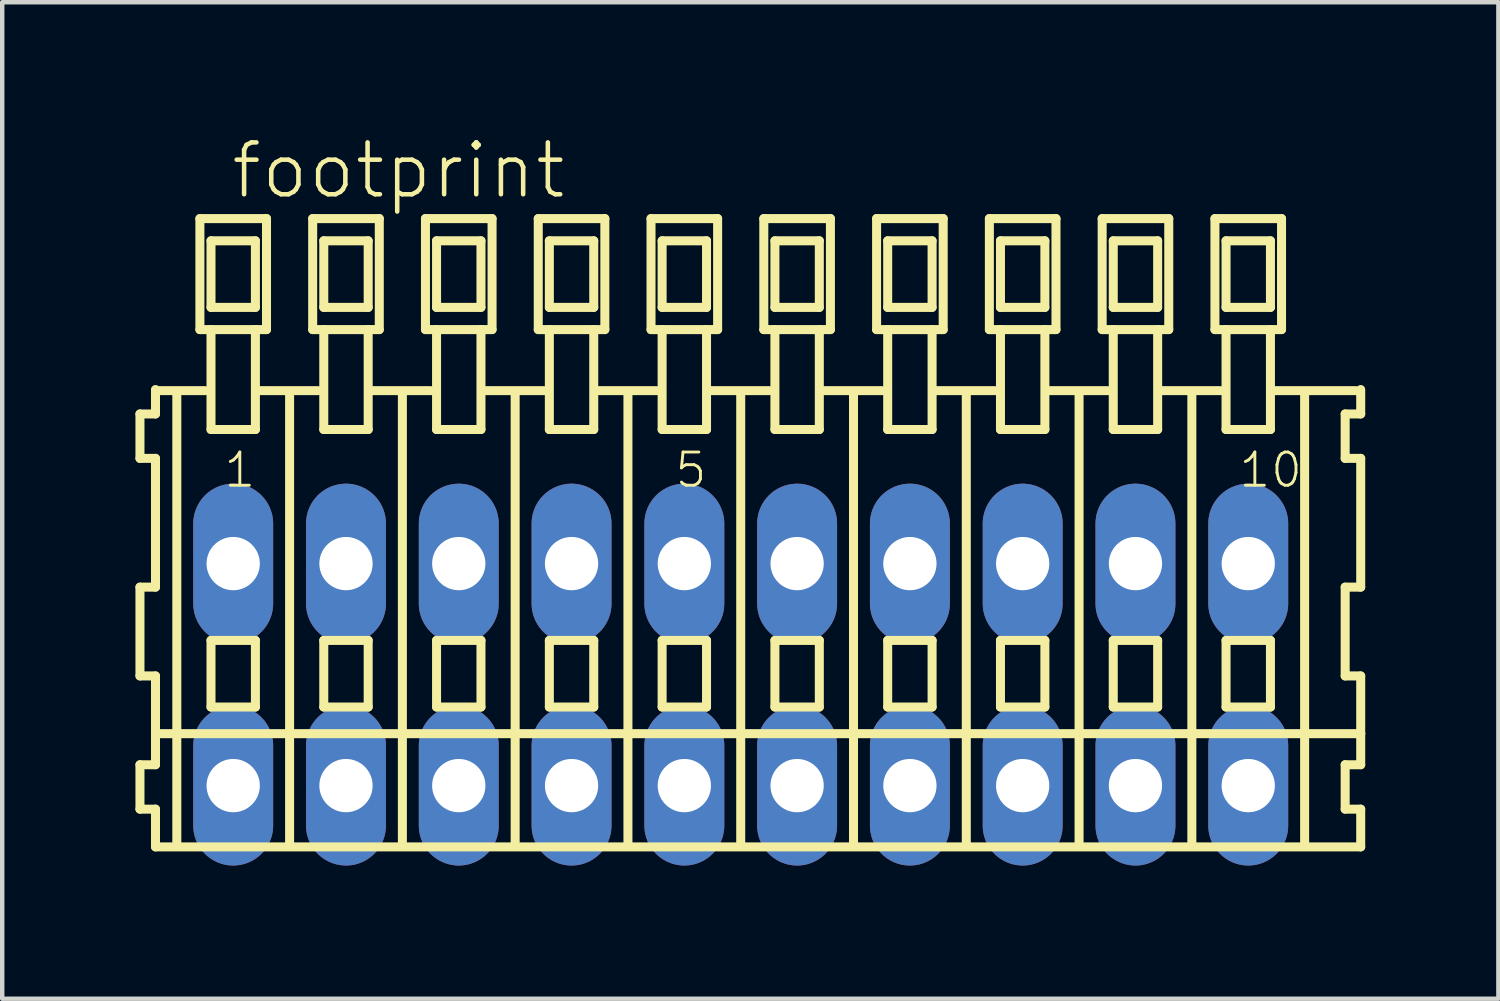
<source format=kicad_pcb>
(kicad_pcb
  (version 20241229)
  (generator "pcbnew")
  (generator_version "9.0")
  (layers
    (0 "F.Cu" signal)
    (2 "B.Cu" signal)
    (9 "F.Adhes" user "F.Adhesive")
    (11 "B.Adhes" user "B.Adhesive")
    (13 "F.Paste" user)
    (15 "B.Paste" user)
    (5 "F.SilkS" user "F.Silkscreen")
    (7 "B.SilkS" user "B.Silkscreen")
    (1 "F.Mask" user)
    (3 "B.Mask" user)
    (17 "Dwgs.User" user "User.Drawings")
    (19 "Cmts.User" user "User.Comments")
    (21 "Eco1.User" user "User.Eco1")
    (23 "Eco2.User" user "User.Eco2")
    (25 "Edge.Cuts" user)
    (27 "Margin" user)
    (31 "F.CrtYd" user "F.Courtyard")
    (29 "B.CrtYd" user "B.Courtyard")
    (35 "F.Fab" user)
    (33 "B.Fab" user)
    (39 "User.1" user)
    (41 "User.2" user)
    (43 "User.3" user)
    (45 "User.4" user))
  (footprint "footprint"
    (layer "F.Cu")
    (at 13.632 12.143)
    (property "Reference" "footprint" (at -11.53 -10.67 0) (layer "F.SilkS") (effects (font (size 1.168 1.168) (thickness 0.102)) (justify left bottom)))
    (fp_line (start -13.53 -5.87) (end -13.53 -4.87) (stroke (width 0.203) (type solid)) (layer "F.SilkS"))
    (fp_line (start -13.53 -4.87) (end -13.18 -4.87) (stroke (width 0.203) (type solid)) (layer "F.SilkS"))
    (fp_line (start -13.53 -1.97) (end -13.53 0.03) (stroke (width 0.203) (type solid)) (layer "F.SilkS"))
    (fp_line (start -13.53 0.03) (end -13.18 0.03) (stroke (width 0.203) (type solid)) (layer "F.SilkS"))
    (fp_line (start -13.53 2.03) (end -13.53 3.03) (stroke (width 0.203) (type solid)) (layer "F.SilkS"))
    (fp_line (start -13.53 3.03) (end -13.18 3.03) (stroke (width 0.203) (type solid)) (layer "F.SilkS"))
    (fp_line (start -13.18 -6.42) (end -13.18 -6.395) (stroke (width 0.203) (type solid)) (layer "F.SilkS"))
    (fp_line (start -13.18 -6.395) (end -13.18 -5.87) (stroke (width 0.203) (type solid)) (layer "F.SilkS"))
    (fp_line (start -13.18 -6.395) (end -12.055 -6.395) (stroke (width 0.203) (type solid)) (layer "F.SilkS"))
    (fp_line (start -13.18 -5.87) (end -13.53 -5.87) (stroke (width 0.203) (type solid)) (layer "F.SilkS"))
    (fp_line (start -13.18 -4.87) (end -13.18 -1.97) (stroke (width 0.203) (type solid)) (layer "F.SilkS"))
    (fp_line (start -13.18 -1.97) (end -13.53 -1.97) (stroke (width 0.203) (type solid)) (layer "F.SilkS"))
    (fp_line (start -13.18 0.03) (end -13.18 1.33) (stroke (width 0.203) (type solid)) (layer "F.SilkS"))
    (fp_line (start -13.18 1.33) (end -13.18 2.03) (stroke (width 0.203) (type solid)) (layer "F.SilkS"))
    (fp_line (start -13.18 1.33) (end 13.963 1.33) (stroke (width 0.203) (type solid)) (layer "F.SilkS"))
    (fp_line (start -13.18 2.03) (end -13.53 2.03) (stroke (width 0.203) (type solid)) (layer "F.SilkS"))
    (fp_line (start -13.18 3.03) (end -13.18 3.88) (stroke (width 0.203) (type solid)) (layer "F.SilkS"))
    (fp_line (start -13.18 3.88) (end 13.963 3.88) (stroke (width 0.203) (type solid)) (layer "F.SilkS"))
    (fp_line (start -12.7 3.83) (end -12.7 -6.33) (stroke (width 0.203) (type solid)) (layer "F.SilkS"))
    (fp_line (start -12.18 -10.27) (end -12.18 -7.77) (stroke (width 0.203) (type solid)) (layer "F.SilkS"))
    (fp_line (start -12.18 -7.77) (end -11.93 -7.77) (stroke (width 0.203) (type solid)) (layer "F.SilkS"))
    (fp_line (start -11.93 -9.77) (end -11.93 -8.27) (stroke (width 0.203) (type solid)) (layer "F.SilkS"))
    (fp_line (start -11.93 -8.27) (end -10.93 -8.27) (stroke (width 0.203) (type solid)) (layer "F.SilkS"))
    (fp_line (start -11.93 -7.77) (end -11.93 -5.52) (stroke (width 0.203) (type solid)) (layer "F.SilkS"))
    (fp_line (start -11.93 -7.77) (end -10.93 -7.77) (stroke (width 0.203) (type solid)) (layer "F.SilkS"))
    (fp_line (start -11.93 -5.52) (end -10.93 -5.52) (stroke (width 0.203) (type solid)) (layer "F.SilkS"))
    (fp_line (start -11.93 -0.77) (end -11.93 0.73) (stroke (width 0.203) (type solid)) (layer "F.SilkS"))
    (fp_line (start -11.93 0.73) (end -10.93 0.73) (stroke (width 0.203) (type solid)) (layer "F.SilkS"))
    (fp_line (start -10.93 -9.77) (end -11.93 -9.77) (stroke (width 0.203) (type solid)) (layer "F.SilkS"))
    (fp_line (start -10.93 -8.27) (end -10.93 -9.77) (stroke (width 0.203) (type solid)) (layer "F.SilkS"))
    (fp_line (start -10.93 -7.77) (end -10.68 -7.77) (stroke (width 0.203) (type solid)) (layer "F.SilkS"))
    (fp_line (start -10.93 -5.52) (end -10.93 -7.77) (stroke (width 0.203) (type solid)) (layer "F.SilkS"))
    (fp_line (start -10.93 -0.77) (end -11.93 -0.77) (stroke (width 0.203) (type solid)) (layer "F.SilkS"))
    (fp_line (start -10.93 0.73) (end -10.93 -0.77) (stroke (width 0.203) (type solid)) (layer "F.SilkS"))
    (fp_line (start -10.894 -6.395) (end -9.515 -6.395) (stroke (width 0.203) (type solid)) (layer "F.SilkS"))
    (fp_line (start -10.68 -10.27) (end -12.18 -10.27) (stroke (width 0.203) (type solid)) (layer "F.SilkS"))
    (fp_line (start -10.68 -7.77) (end -10.68 -10.27) (stroke (width 0.203) (type solid)) (layer "F.SilkS"))
    (fp_line (start -10.16 3.83) (end -10.16 -6.33) (stroke (width 0.203) (type solid)) (layer "F.SilkS"))
    (fp_line (start -9.64 -10.27) (end -9.64 -7.77) (stroke (width 0.203) (type solid)) (layer "F.SilkS"))
    (fp_line (start -9.64 -7.77) (end -9.39 -7.77) (stroke (width 0.203) (type solid)) (layer "F.SilkS"))
    (fp_line (start -9.39 -9.77) (end -9.39 -8.27) (stroke (width 0.203) (type solid)) (layer "F.SilkS"))
    (fp_line (start -9.39 -8.27) (end -8.39 -8.27) (stroke (width 0.203) (type solid)) (layer "F.SilkS"))
    (fp_line (start -9.39 -7.77) (end -9.39 -5.52) (stroke (width 0.203) (type solid)) (layer "F.SilkS"))
    (fp_line (start -9.39 -7.77) (end -8.39 -7.77) (stroke (width 0.203) (type solid)) (layer "F.SilkS"))
    (fp_line (start -9.39 -5.52) (end -8.39 -5.52) (stroke (width 0.203) (type solid)) (layer "F.SilkS"))
    (fp_line (start -9.39 -0.77) (end -9.39 0.73) (stroke (width 0.203) (type solid)) (layer "F.SilkS"))
    (fp_line (start -9.39 0.73) (end -8.39 0.73) (stroke (width 0.203) (type solid)) (layer "F.SilkS"))
    (fp_line (start -8.39 -9.77) (end -9.39 -9.77) (stroke (width 0.203) (type solid)) (layer "F.SilkS"))
    (fp_line (start -8.39 -8.27) (end -8.39 -9.77) (stroke (width 0.203) (type solid)) (layer "F.SilkS"))
    (fp_line (start -8.39 -7.77) (end -8.14 -7.77) (stroke (width 0.203) (type solid)) (layer "F.SilkS"))
    (fp_line (start -8.39 -5.52) (end -8.39 -7.77) (stroke (width 0.203) (type solid)) (layer "F.SilkS"))
    (fp_line (start -8.39 -0.77) (end -9.39 -0.77) (stroke (width 0.203) (type solid)) (layer "F.SilkS"))
    (fp_line (start -8.39 0.73) (end -8.39 -0.77) (stroke (width 0.203) (type solid)) (layer "F.SilkS"))
    (fp_line (start -8.354 -6.395) (end -6.975 -6.395) (stroke (width 0.203) (type solid)) (layer "F.SilkS"))
    (fp_line (start -8.14 -10.27) (end -9.64 -10.27) (stroke (width 0.203) (type solid)) (layer "F.SilkS"))
    (fp_line (start -8.14 -7.77) (end -8.14 -10.27) (stroke (width 0.203) (type solid)) (layer "F.SilkS"))
    (fp_line (start -7.62 3.83) (end -7.62 -6.33) (stroke (width 0.203) (type solid)) (layer "F.SilkS"))
    (fp_line (start -7.1 -10.27) (end -7.1 -7.77) (stroke (width 0.203) (type solid)) (layer "F.SilkS"))
    (fp_line (start -7.1 -7.77) (end -6.85 -7.77) (stroke (width 0.203) (type solid)) (layer "F.SilkS"))
    (fp_line (start -6.85 -9.77) (end -6.85 -8.27) (stroke (width 0.203) (type solid)) (layer "F.SilkS"))
    (fp_line (start -6.85 -8.27) (end -5.85 -8.27) (stroke (width 0.203) (type solid)) (layer "F.SilkS"))
    (fp_line (start -6.85 -7.77) (end -6.85 -5.52) (stroke (width 0.203) (type solid)) (layer "F.SilkS"))
    (fp_line (start -6.85 -7.77) (end -5.85 -7.77) (stroke (width 0.203) (type solid)) (layer "F.SilkS"))
    (fp_line (start -6.85 -5.52) (end -5.85 -5.52) (stroke (width 0.203) (type solid)) (layer "F.SilkS"))
    (fp_line (start -6.85 -0.77) (end -6.85 0.73) (stroke (width 0.203) (type solid)) (layer "F.SilkS"))
    (fp_line (start -6.85 0.73) (end -5.85 0.73) (stroke (width 0.203) (type solid)) (layer "F.SilkS"))
    (fp_line (start -5.85 -9.77) (end -6.85 -9.77) (stroke (width 0.203) (type solid)) (layer "F.SilkS"))
    (fp_line (start -5.85 -8.27) (end -5.85 -9.77) (stroke (width 0.203) (type solid)) (layer "F.SilkS"))
    (fp_line (start -5.85 -7.77) (end -5.6 -7.77) (stroke (width 0.203) (type solid)) (layer "F.SilkS"))
    (fp_line (start -5.85 -5.52) (end -5.85 -7.77) (stroke (width 0.203) (type solid)) (layer "F.SilkS"))
    (fp_line (start -5.85 -0.77) (end -6.85 -0.77) (stroke (width 0.203) (type solid)) (layer "F.SilkS"))
    (fp_line (start -5.85 0.73) (end -5.85 -0.77) (stroke (width 0.203) (type solid)) (layer "F.SilkS"))
    (fp_line (start -5.814 -6.395) (end -4.435 -6.395) (stroke (width 0.203) (type solid)) (layer "F.SilkS"))
    (fp_line (start -5.6 -10.27) (end -7.1 -10.27) (stroke (width 0.203) (type solid)) (layer "F.SilkS"))
    (fp_line (start -5.6 -7.77) (end -5.6 -10.27) (stroke (width 0.203) (type solid)) (layer "F.SilkS"))
    (fp_line (start -5.08 3.83) (end -5.08 -6.33) (stroke (width 0.203) (type solid)) (layer "F.SilkS"))
    (fp_line (start -4.56 -10.27) (end -4.56 -7.77) (stroke (width 0.203) (type solid)) (layer "F.SilkS"))
    (fp_line (start -4.56 -7.77) (end -4.31 -7.77) (stroke (width 0.203) (type solid)) (layer "F.SilkS"))
    (fp_line (start -4.31 -9.77) (end -4.31 -8.27) (stroke (width 0.203) (type solid)) (layer "F.SilkS"))
    (fp_line (start -4.31 -8.27) (end -3.31 -8.27) (stroke (width 0.203) (type solid)) (layer "F.SilkS"))
    (fp_line (start -4.31 -7.77) (end -4.31 -5.52) (stroke (width 0.203) (type solid)) (layer "F.SilkS"))
    (fp_line (start -4.31 -7.77) (end -3.31 -7.77) (stroke (width 0.203) (type solid)) (layer "F.SilkS"))
    (fp_line (start -4.31 -5.52) (end -3.31 -5.52) (stroke (width 0.203) (type solid)) (layer "F.SilkS"))
    (fp_line (start -4.31 -0.77) (end -4.31 0.73) (stroke (width 0.203) (type solid)) (layer "F.SilkS"))
    (fp_line (start -4.31 0.73) (end -3.31 0.73) (stroke (width 0.203) (type solid)) (layer "F.SilkS"))
    (fp_line (start -3.31 -9.77) (end -4.31 -9.77) (stroke (width 0.203) (type solid)) (layer "F.SilkS"))
    (fp_line (start -3.31 -8.27) (end -3.31 -9.77) (stroke (width 0.203) (type solid)) (layer "F.SilkS"))
    (fp_line (start -3.31 -7.77) (end -3.06 -7.77) (stroke (width 0.203) (type solid)) (layer "F.SilkS"))
    (fp_line (start -3.31 -5.52) (end -3.31 -7.77) (stroke (width 0.203) (type solid)) (layer "F.SilkS"))
    (fp_line (start -3.31 -0.77) (end -4.31 -0.77) (stroke (width 0.203) (type solid)) (layer "F.SilkS"))
    (fp_line (start -3.31 0.73) (end -3.31 -0.77) (stroke (width 0.203) (type solid)) (layer "F.SilkS"))
    (fp_line (start -3.274 -6.395) (end -1.895 -6.395) (stroke (width 0.203) (type solid)) (layer "F.SilkS"))
    (fp_line (start -3.06 -10.27) (end -4.56 -10.27) (stroke (width 0.203) (type solid)) (layer "F.SilkS"))
    (fp_line (start -3.06 -7.77) (end -3.06 -10.27) (stroke (width 0.203) (type solid)) (layer "F.SilkS"))
    (fp_line (start -2.54 3.83) (end -2.54 -6.33) (stroke (width 0.203) (type solid)) (layer "F.SilkS"))
    (fp_line (start -2.02 -10.27) (end -2.02 -7.77) (stroke (width 0.203) (type solid)) (layer "F.SilkS"))
    (fp_line (start -2.02 -7.77) (end -1.77 -7.77) (stroke (width 0.203) (type solid)) (layer "F.SilkS"))
    (fp_line (start -1.77 -9.77) (end -1.77 -8.27) (stroke (width 0.203) (type solid)) (layer "F.SilkS"))
    (fp_line (start -1.77 -8.27) (end -0.77 -8.27) (stroke (width 0.203) (type solid)) (layer "F.SilkS"))
    (fp_line (start -1.77 -7.77) (end -1.77 -5.52) (stroke (width 0.203) (type solid)) (layer "F.SilkS"))
    (fp_line (start -1.77 -7.77) (end -0.77 -7.77) (stroke (width 0.203) (type solid)) (layer "F.SilkS"))
    (fp_line (start -1.77 -5.52) (end -0.77 -5.52) (stroke (width 0.203) (type solid)) (layer "F.SilkS"))
    (fp_line (start -1.77 -0.77) (end -1.77 0.73) (stroke (width 0.203) (type solid)) (layer "F.SilkS"))
    (fp_line (start -1.77 0.73) (end -0.77 0.73) (stroke (width 0.203) (type solid)) (layer "F.SilkS"))
    (fp_line (start -0.77 -9.77) (end -1.77 -9.77) (stroke (width 0.203) (type solid)) (layer "F.SilkS"))
    (fp_line (start -0.77 -8.27) (end -0.77 -9.77) (stroke (width 0.203) (type solid)) (layer "F.SilkS"))
    (fp_line (start -0.77 -7.77) (end -0.52 -7.77) (stroke (width 0.203) (type solid)) (layer "F.SilkS"))
    (fp_line (start -0.77 -5.52) (end -0.77 -7.77) (stroke (width 0.203) (type solid)) (layer "F.SilkS"))
    (fp_line (start -0.77 -0.77) (end -1.77 -0.77) (stroke (width 0.203) (type solid)) (layer "F.SilkS"))
    (fp_line (start -0.77 0.73) (end -0.77 -0.77) (stroke (width 0.203) (type solid)) (layer "F.SilkS"))
    (fp_line (start -0.734 -6.395) (end 0.645 -6.395) (stroke (width 0.203) (type solid)) (layer "F.SilkS"))
    (fp_line (start -0.52 -10.27) (end -2.02 -10.27) (stroke (width 0.203) (type solid)) (layer "F.SilkS"))
    (fp_line (start -0.52 -7.77) (end -0.52 -10.27) (stroke (width 0.203) (type solid)) (layer "F.SilkS"))
    (fp_line (start 0 3.83) (end 0 -6.33) (stroke (width 0.203) (type solid)) (layer "F.SilkS"))
    (fp_line (start 0.52 -10.27) (end 0.52 -7.77) (stroke (width 0.203) (type solid)) (layer "F.SilkS"))
    (fp_line (start 0.52 -7.77) (end 0.77 -7.77) (stroke (width 0.203) (type solid)) (layer "F.SilkS"))
    (fp_line (start 0.77 -9.77) (end 0.77 -8.27) (stroke (width 0.203) (type solid)) (layer "F.SilkS"))
    (fp_line (start 0.77 -8.27) (end 1.77 -8.27) (stroke (width 0.203) (type solid)) (layer "F.SilkS"))
    (fp_line (start 0.77 -7.77) (end 0.77 -5.52) (stroke (width 0.203) (type solid)) (layer "F.SilkS"))
    (fp_line (start 0.77 -7.77) (end 1.77 -7.77) (stroke (width 0.203) (type solid)) (layer "F.SilkS"))
    (fp_line (start 0.77 -5.52) (end 1.77 -5.52) (stroke (width 0.203) (type solid)) (layer "F.SilkS"))
    (fp_line (start 0.77 -0.77) (end 0.77 0.73) (stroke (width 0.203) (type solid)) (layer "F.SilkS"))
    (fp_line (start 0.77 0.73) (end 1.77 0.73) (stroke (width 0.203) (type solid)) (layer "F.SilkS"))
    (fp_line (start 1.77 -9.77) (end 0.77 -9.77) (stroke (width 0.203) (type solid)) (layer "F.SilkS"))
    (fp_line (start 1.77 -8.27) (end 1.77 -9.77) (stroke (width 0.203) (type solid)) (layer "F.SilkS"))
    (fp_line (start 1.77 -7.77) (end 2.02 -7.77) (stroke (width 0.203) (type solid)) (layer "F.SilkS"))
    (fp_line (start 1.77 -5.52) (end 1.77 -7.77) (stroke (width 0.203) (type solid)) (layer "F.SilkS"))
    (fp_line (start 1.77 -0.77) (end 0.77 -0.77) (stroke (width 0.203) (type solid)) (layer "F.SilkS"))
    (fp_line (start 1.77 0.73) (end 1.77 -0.77) (stroke (width 0.203) (type solid)) (layer "F.SilkS"))
    (fp_line (start 1.806 -6.395) (end 3.185 -6.395) (stroke (width 0.203) (type solid)) (layer "F.SilkS"))
    (fp_line (start 2.02 -10.27) (end 0.52 -10.27) (stroke (width 0.203) (type solid)) (layer "F.SilkS"))
    (fp_line (start 2.02 -7.77) (end 2.02 -10.27) (stroke (width 0.203) (type solid)) (layer "F.SilkS"))
    (fp_line (start 2.54 3.83) (end 2.54 -6.33) (stroke (width 0.203) (type solid)) (layer "F.SilkS"))
    (fp_line (start 3.06 -10.27) (end 3.06 -7.77) (stroke (width 0.203) (type solid)) (layer "F.SilkS"))
    (fp_line (start 3.06 -7.77) (end 3.31 -7.77) (stroke (width 0.203) (type solid)) (layer "F.SilkS"))
    (fp_line (start 3.31 -9.77) (end 3.31 -8.27) (stroke (width 0.203) (type solid)) (layer "F.SilkS"))
    (fp_line (start 3.31 -8.27) (end 4.31 -8.27) (stroke (width 0.203) (type solid)) (layer "F.SilkS"))
    (fp_line (start 3.31 -7.77) (end 3.31 -5.52) (stroke (width 0.203) (type solid)) (layer "F.SilkS"))
    (fp_line (start 3.31 -7.77) (end 4.31 -7.77) (stroke (width 0.203) (type solid)) (layer "F.SilkS"))
    (fp_line (start 3.31 -5.52) (end 4.31 -5.52) (stroke (width 0.203) (type solid)) (layer "F.SilkS"))
    (fp_line (start 3.31 -0.77) (end 3.31 0.73) (stroke (width 0.203) (type solid)) (layer "F.SilkS"))
    (fp_line (start 3.31 0.73) (end 4.31 0.73) (stroke (width 0.203) (type solid)) (layer "F.SilkS"))
    (fp_line (start 4.31 -9.77) (end 3.31 -9.77) (stroke (width 0.203) (type solid)) (layer "F.SilkS"))
    (fp_line (start 4.31 -8.27) (end 4.31 -9.77) (stroke (width 0.203) (type solid)) (layer "F.SilkS"))
    (fp_line (start 4.31 -7.77) (end 4.56 -7.77) (stroke (width 0.203) (type solid)) (layer "F.SilkS"))
    (fp_line (start 4.31 -5.52) (end 4.31 -7.77) (stroke (width 0.203) (type solid)) (layer "F.SilkS"))
    (fp_line (start 4.31 -0.77) (end 3.31 -0.77) (stroke (width 0.203) (type solid)) (layer "F.SilkS"))
    (fp_line (start 4.31 0.73) (end 4.31 -0.77) (stroke (width 0.203) (type solid)) (layer "F.SilkS"))
    (fp_line (start 4.346 -6.395) (end 5.725 -6.395) (stroke (width 0.203) (type solid)) (layer "F.SilkS"))
    (fp_line (start 4.56 -10.27) (end 3.06 -10.27) (stroke (width 0.203) (type solid)) (layer "F.SilkS"))
    (fp_line (start 4.56 -7.77) (end 4.56 -10.27) (stroke (width 0.203) (type solid)) (layer "F.SilkS"))
    (fp_line (start 5.08 3.83) (end 5.08 -6.33) (stroke (width 0.203) (type solid)) (layer "F.SilkS"))
    (fp_line (start 5.6 -10.27) (end 5.6 -7.77) (stroke (width 0.203) (type solid)) (layer "F.SilkS"))
    (fp_line (start 5.6 -7.77) (end 5.85 -7.77) (stroke (width 0.203) (type solid)) (layer "F.SilkS"))
    (fp_line (start 5.85 -9.77) (end 5.85 -8.27) (stroke (width 0.203) (type solid)) (layer "F.SilkS"))
    (fp_line (start 5.85 -8.27) (end 6.85 -8.27) (stroke (width 0.203) (type solid)) (layer "F.SilkS"))
    (fp_line (start 5.85 -7.77) (end 5.85 -5.52) (stroke (width 0.203) (type solid)) (layer "F.SilkS"))
    (fp_line (start 5.85 -7.77) (end 6.85 -7.77) (stroke (width 0.203) (type solid)) (layer "F.SilkS"))
    (fp_line (start 5.85 -5.52) (end 6.85 -5.52) (stroke (width 0.203) (type solid)) (layer "F.SilkS"))
    (fp_line (start 5.85 -0.77) (end 5.85 0.73) (stroke (width 0.203) (type solid)) (layer "F.SilkS"))
    (fp_line (start 5.85 0.73) (end 6.85 0.73) (stroke (width 0.203) (type solid)) (layer "F.SilkS"))
    (fp_line (start 6.85 -9.77) (end 5.85 -9.77) (stroke (width 0.203) (type solid)) (layer "F.SilkS"))
    (fp_line (start 6.85 -8.27) (end 6.85 -9.77) (stroke (width 0.203) (type solid)) (layer "F.SilkS"))
    (fp_line (start 6.85 -7.77) (end 7.1 -7.77) (stroke (width 0.203) (type solid)) (layer "F.SilkS"))
    (fp_line (start 6.85 -5.52) (end 6.85 -7.77) (stroke (width 0.203) (type solid)) (layer "F.SilkS"))
    (fp_line (start 6.85 -0.77) (end 5.85 -0.77) (stroke (width 0.203) (type solid)) (layer "F.SilkS"))
    (fp_line (start 6.85 0.73) (end 6.85 -0.77) (stroke (width 0.203) (type solid)) (layer "F.SilkS"))
    (fp_line (start 6.886 -6.395) (end 8.265 -6.395) (stroke (width 0.203) (type solid)) (layer "F.SilkS"))
    (fp_line (start 7.1 -10.27) (end 5.6 -10.27) (stroke (width 0.203) (type solid)) (layer "F.SilkS"))
    (fp_line (start 7.1 -7.77) (end 7.1 -10.27) (stroke (width 0.203) (type solid)) (layer "F.SilkS"))
    (fp_line (start 7.62 3.83) (end 7.62 -6.33) (stroke (width 0.203) (type solid)) (layer "F.SilkS"))
    (fp_line (start 8.14 -10.27) (end 8.14 -7.77) (stroke (width 0.203) (type solid)) (layer "F.SilkS"))
    (fp_line (start 8.14 -7.77) (end 8.39 -7.77) (stroke (width 0.203) (type solid)) (layer "F.SilkS"))
    (fp_line (start 8.39 -9.77) (end 8.39 -8.27) (stroke (width 0.203) (type solid)) (layer "F.SilkS"))
    (fp_line (start 8.39 -8.27) (end 9.39 -8.27) (stroke (width 0.203) (type solid)) (layer "F.SilkS"))
    (fp_line (start 8.39 -7.77) (end 8.39 -5.52) (stroke (width 0.203) (type solid)) (layer "F.SilkS"))
    (fp_line (start 8.39 -7.77) (end 9.39 -7.77) (stroke (width 0.203) (type solid)) (layer "F.SilkS"))
    (fp_line (start 8.39 -5.52) (end 9.39 -5.52) (stroke (width 0.203) (type solid)) (layer "F.SilkS"))
    (fp_line (start 8.39 -0.77) (end 8.39 0.73) (stroke (width 0.203) (type solid)) (layer "F.SilkS"))
    (fp_line (start 8.39 0.73) (end 9.39 0.73) (stroke (width 0.203) (type solid)) (layer "F.SilkS"))
    (fp_line (start 9.39 -9.77) (end 8.39 -9.77) (stroke (width 0.203) (type solid)) (layer "F.SilkS"))
    (fp_line (start 9.39 -8.27) (end 9.39 -9.77) (stroke (width 0.203) (type solid)) (layer "F.SilkS"))
    (fp_line (start 9.39 -7.77) (end 9.64 -7.77) (stroke (width 0.203) (type solid)) (layer "F.SilkS"))
    (fp_line (start 9.39 -5.52) (end 9.39 -7.77) (stroke (width 0.203) (type solid)) (layer "F.SilkS"))
    (fp_line (start 9.39 -0.77) (end 8.39 -0.77) (stroke (width 0.203) (type solid)) (layer "F.SilkS"))
    (fp_line (start 9.39 0.73) (end 9.39 -0.77) (stroke (width 0.203) (type solid)) (layer "F.SilkS"))
    (fp_line (start 9.426 -6.395) (end 10.805 -6.395) (stroke (width 0.203) (type solid)) (layer "F.SilkS"))
    (fp_line (start 9.64 -10.27) (end 8.14 -10.27) (stroke (width 0.203) (type solid)) (layer "F.SilkS"))
    (fp_line (start 9.64 -7.77) (end 9.64 -10.27) (stroke (width 0.203) (type solid)) (layer "F.SilkS"))
    (fp_line (start 10.16 3.83) (end 10.16 -6.33) (stroke (width 0.203) (type solid)) (layer "F.SilkS"))
    (fp_line (start 10.68 -10.27) (end 10.68 -7.77) (stroke (width 0.203) (type solid)) (layer "F.SilkS"))
    (fp_line (start 10.68 -7.77) (end 10.93 -7.77) (stroke (width 0.203) (type solid)) (layer "F.SilkS"))
    (fp_line (start 10.93 -9.77) (end 10.93 -8.27) (stroke (width 0.203) (type solid)) (layer "F.SilkS"))
    (fp_line (start 10.93 -8.27) (end 11.93 -8.27) (stroke (width 0.203) (type solid)) (layer "F.SilkS"))
    (fp_line (start 10.93 -7.77) (end 10.93 -5.52) (stroke (width 0.203) (type solid)) (layer "F.SilkS"))
    (fp_line (start 10.93 -7.77) (end 11.93 -7.77) (stroke (width 0.203) (type solid)) (layer "F.SilkS"))
    (fp_line (start 10.93 -5.52) (end 11.93 -5.52) (stroke (width 0.203) (type solid)) (layer "F.SilkS"))
    (fp_line (start 10.93 -0.77) (end 10.93 0.73) (stroke (width 0.203) (type solid)) (layer "F.SilkS"))
    (fp_line (start 10.93 0.73) (end 11.93 0.73) (stroke (width 0.203) (type solid)) (layer "F.SilkS"))
    (fp_line (start 11.93 -9.77) (end 10.93 -9.77) (stroke (width 0.203) (type solid)) (layer "F.SilkS"))
    (fp_line (start 11.93 -8.27) (end 11.93 -9.77) (stroke (width 0.203) (type solid)) (layer "F.SilkS"))
    (fp_line (start 11.93 -7.77) (end 12.18 -7.77) (stroke (width 0.203) (type solid)) (layer "F.SilkS"))
    (fp_line (start 11.93 -5.52) (end 11.93 -7.77) (stroke (width 0.203) (type solid)) (layer "F.SilkS"))
    (fp_line (start 11.93 -0.77) (end 10.93 -0.77) (stroke (width 0.203) (type solid)) (layer "F.SilkS"))
    (fp_line (start 11.93 0.73) (end 11.93 -0.77) (stroke (width 0.203) (type solid)) (layer "F.SilkS"))
    (fp_line (start 11.966 -6.395) (end 13.853 -6.395) (stroke (width 0.203) (type solid)) (layer "F.SilkS"))
    (fp_line (start 12.18 -10.27) (end 10.68 -10.27) (stroke (width 0.203) (type solid)) (layer "F.SilkS"))
    (fp_line (start 12.18 -7.77) (end 12.18 -10.27) (stroke (width 0.203) (type solid)) (layer "F.SilkS"))
    (fp_line (start 12.7 3.83) (end 12.7 -6.33) (stroke (width 0.203) (type solid)) (layer "F.SilkS"))
    (fp_line (start 13.613 -5.87) (end 13.613 -4.87) (stroke (width 0.203) (type solid)) (layer "F.SilkS"))
    (fp_line (start 13.613 -4.87) (end 13.963 -4.87) (stroke (width 0.203) (type solid)) (layer "F.SilkS"))
    (fp_line (start 13.613 -1.97) (end 13.613 0.03) (stroke (width 0.203) (type solid)) (layer "F.SilkS"))
    (fp_line (start 13.613 0.03) (end 13.963 0.03) (stroke (width 0.203) (type solid)) (layer "F.SilkS"))
    (fp_line (start 13.613 2.03) (end 13.613 3.03) (stroke (width 0.203) (type solid)) (layer "F.SilkS"))
    (fp_line (start 13.613 3.03) (end 13.963 3.03) (stroke (width 0.203) (type solid)) (layer "F.SilkS"))
    (fp_line (start 13.963 -5.87) (end 13.613 -5.87) (stroke (width 0.203) (type solid)) (layer "F.SilkS"))
    (fp_line (start 13.963 -5.87) (end 13.963 -6.42) (stroke (width 0.203) (type solid)) (layer "F.SilkS"))
    (fp_line (start 13.963 -1.97) (end 13.613 -1.97) (stroke (width 0.203) (type solid)) (layer "F.SilkS"))
    (fp_line (start 13.963 -1.97) (end 13.963 -4.87) (stroke (width 0.203) (type solid)) (layer "F.SilkS"))
    (fp_line (start 13.963 1.33) (end 13.963 0.03) (stroke (width 0.203) (type solid)) (layer "F.SilkS"))
    (fp_line (start 13.963 2.03) (end 13.613 2.03) (stroke (width 0.203) (type solid)) (layer "F.SilkS"))
    (fp_line (start 13.963 2.03) (end 13.963 1.33) (stroke (width 0.203) (type solid)) (layer "F.SilkS"))
    (fp_line (start 13.963 3.88) (end 13.963 3.03) (stroke (width 0.203) (type solid)) (layer "F.SilkS"))
    (fp_text user "10" (at 11.18 -4.17 0) (layer "F.SilkS") (effects (font (size 0.748 0.748) (thickness 0.065)) (justify left bottom)))
    (fp_text user "1" (at -11.68 -4.17 0) (layer "F.SilkS") (effects (font (size 0.748 0.748) (thickness 0.065)) (justify left bottom)))
    (fp_text user "5" (at -1.52 -4.17 0) (layer "F.SilkS") (effects (font (size 0.748 0.748) (thickness 0.065)) (justify left bottom)))
    (pad "A1" thru_hole oval (at -11.43 -2.5 90) (size 3.6 1.8) (drill 1.2) (layers "*.Cu" "*.Mask"))
    (pad "A2" thru_hole oval (at -8.89 -2.5 90) (size 3.6 1.8) (drill 1.2) (layers "*.Cu" "*.Mask"))
    (pad "A3" thru_hole oval (at -6.35 -2.5 90) (size 3.6 1.8) (drill 1.2) (layers "*.Cu" "*.Mask"))
    (pad "A4" thru_hole oval (at -3.81 -2.5 90) (size 3.6 1.8) (drill 1.2) (layers "*.Cu" "*.Mask"))
    (pad "A5" thru_hole oval (at -1.27 -2.5 90) (size 3.6 1.8) (drill 1.2) (layers "*.Cu" "*.Mask"))
    (pad "A6" thru_hole oval (at 1.27 -2.5 90) (size 3.6 1.8) (drill 1.2) (layers "*.Cu" "*.Mask"))
    (pad "A7" thru_hole oval (at 3.81 -2.5 90) (size 3.6 1.8) (drill 1.2) (layers "*.Cu" "*.Mask"))
    (pad "A8" thru_hole oval (at 6.35 -2.5 90) (size 3.6 1.8) (drill 1.2) (layers "*.Cu" "*.Mask"))
    (pad "A9" thru_hole oval (at 8.89 -2.5 90) (size 3.6 1.8) (drill 1.2) (layers "*.Cu" "*.Mask"))
    (pad "A10" thru_hole oval (at 11.43 -2.5 90) (size 3.6 1.8) (drill 1.2) (layers "*.Cu" "*.Mask"))
    (pad "B1" thru_hole oval (at -11.43 2.5 90) (size 3.6 1.8) (drill 1.2) (layers "*.Cu" "*.Mask"))
    (pad "B2" thru_hole oval (at -8.89 2.5 90) (size 3.6 1.8) (drill 1.2) (layers "*.Cu" "*.Mask"))
    (pad "B3" thru_hole oval (at -6.35 2.5 90) (size 3.6 1.8) (drill 1.2) (layers "*.Cu" "*.Mask"))
    (pad "B4" thru_hole oval (at -3.81 2.5 90) (size 3.6 1.8) (drill 1.2) (layers "*.Cu" "*.Mask"))
    (pad "B5" thru_hole oval (at -1.27 2.5 90) (size 3.6 1.8) (drill 1.2) (layers "*.Cu" "*.Mask"))
    (pad "B6" thru_hole oval (at 1.27 2.5 90) (size 3.6 1.8) (drill 1.2) (layers "*.Cu" "*.Mask"))
    (pad "B7" thru_hole oval (at 3.81 2.5 90) (size 3.6 1.8) (drill 1.2) (layers "*.Cu" "*.Mask"))
    (pad "B8" thru_hole oval (at 6.35 2.5 90) (size 3.6 1.8) (drill 1.2) (layers "*.Cu" "*.Mask"))
    (pad "B9" thru_hole oval (at 8.89 2.5 90) (size 3.6 1.8) (drill 1.2) (layers "*.Cu" "*.Mask"))
    (pad "B10" thru_hole oval (at 11.43 2.5 90) (size 3.6 1.8) (drill 1.2) (layers "*.Cu" "*.Mask")))
  (gr_rect
    (start -3 -3)
    (end 30.696 19.443)
    (stroke (width 0.1) (type default))
    (fill no)
    (layer "Edge.Cuts")))
</source>
